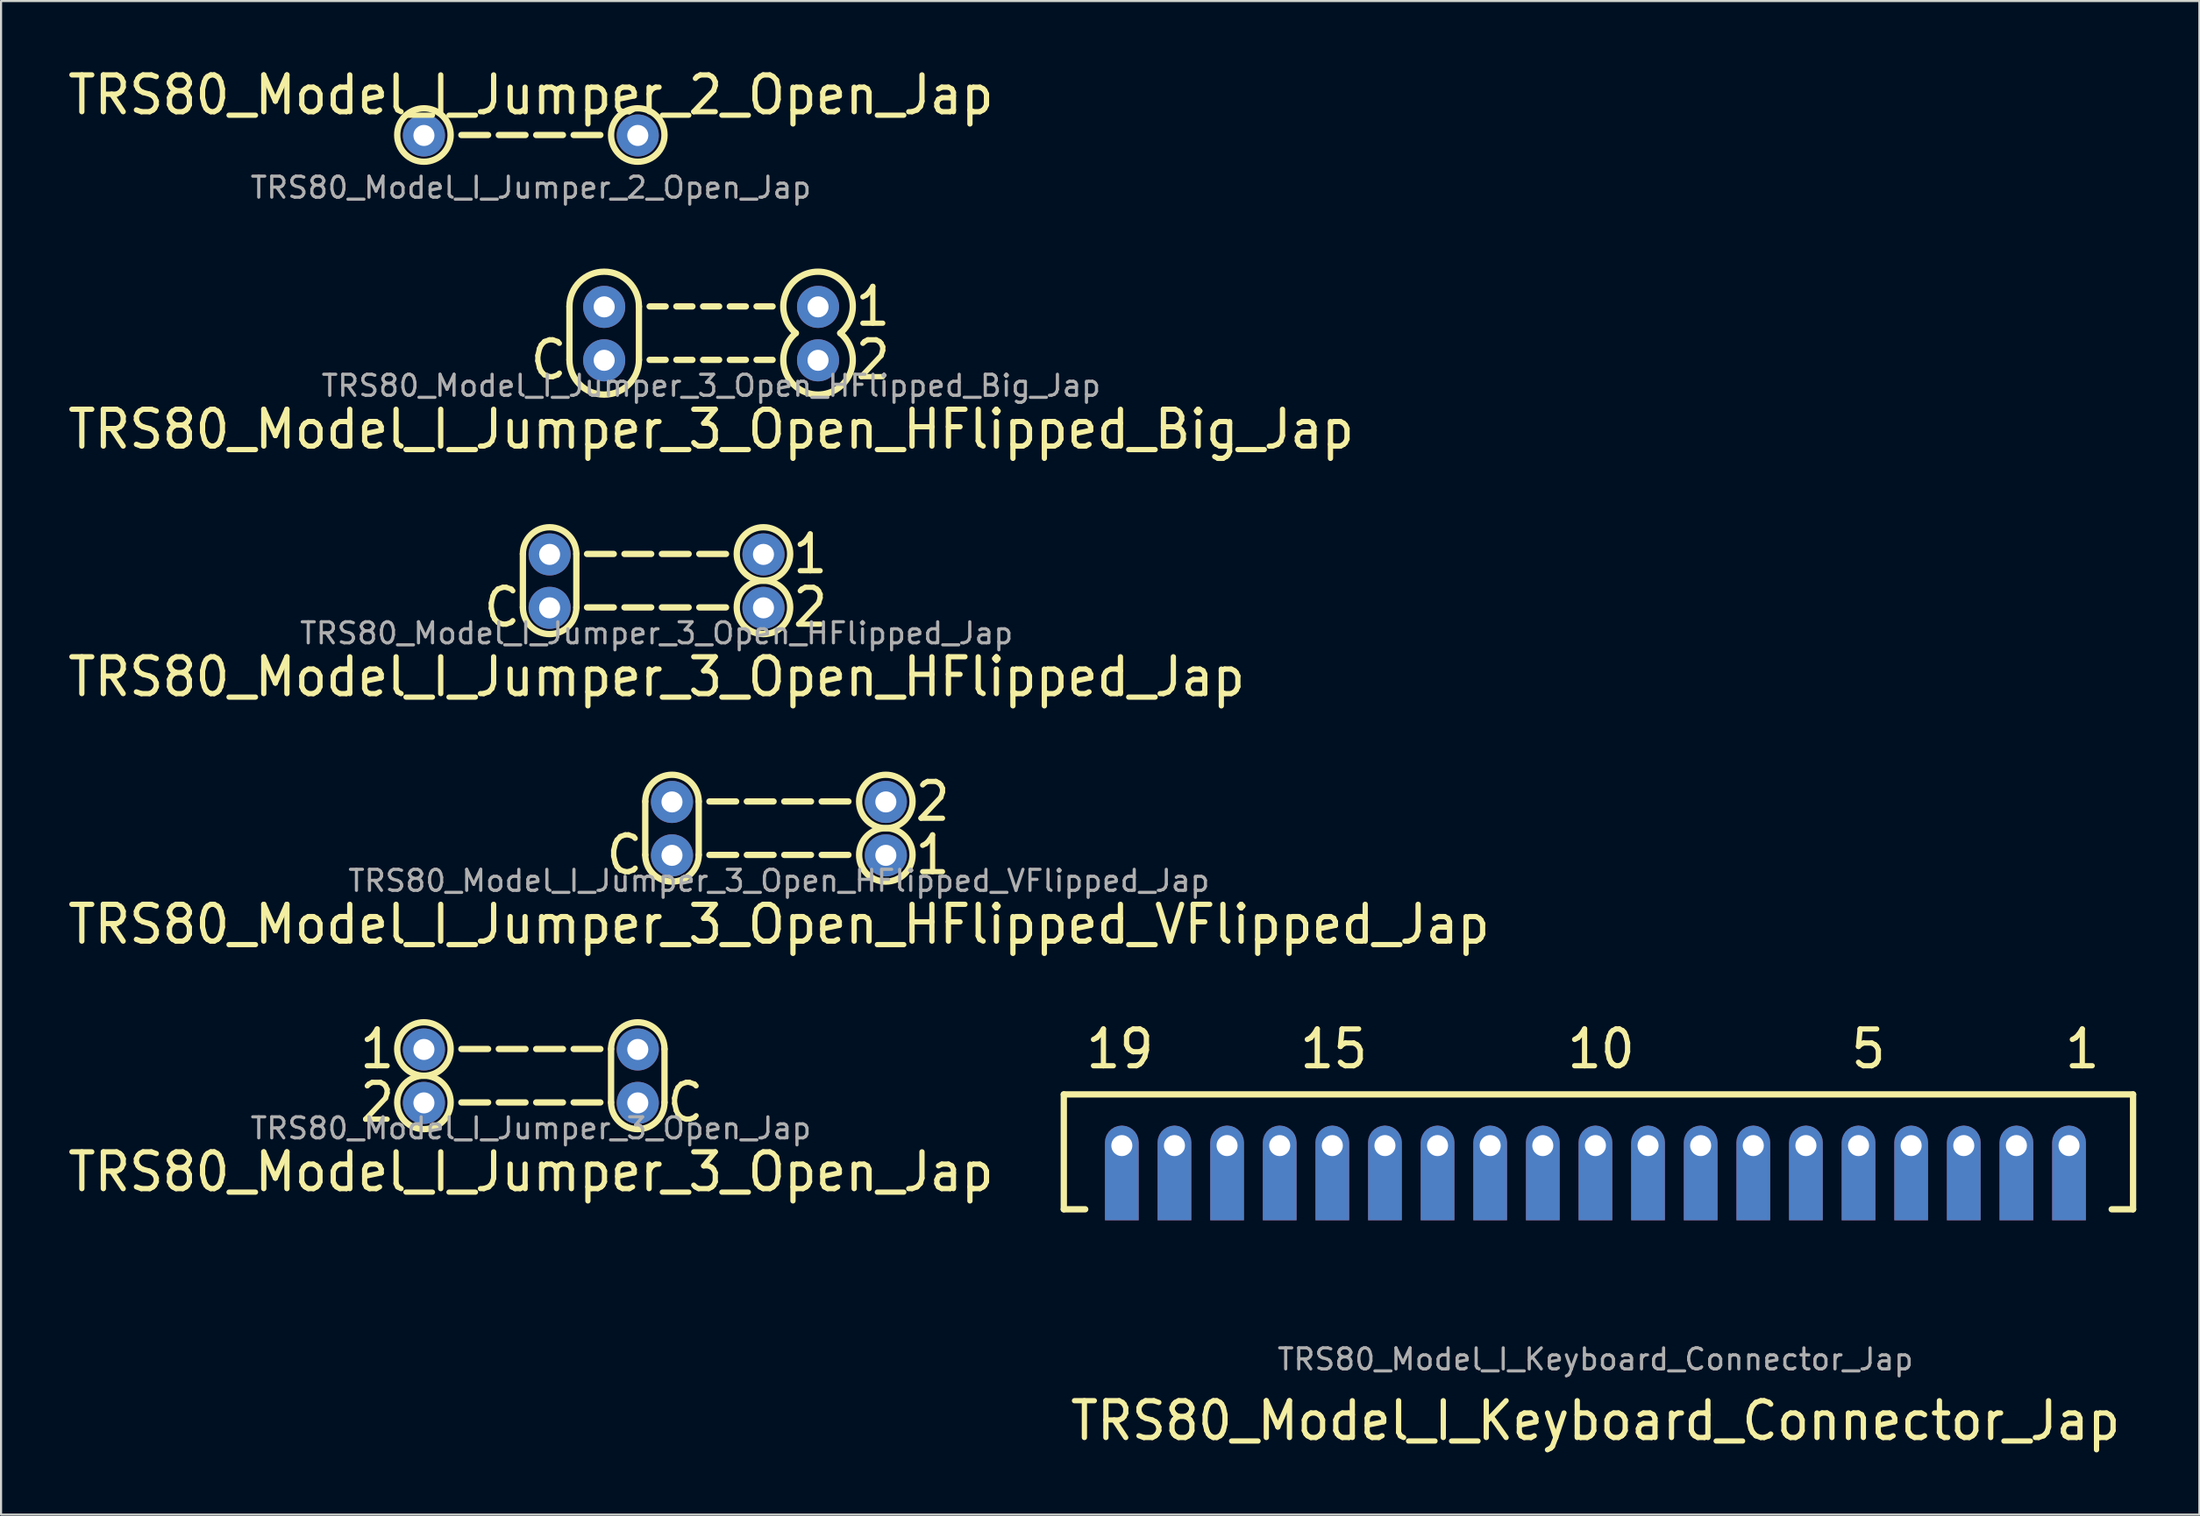
<source format=kicad_pcb>
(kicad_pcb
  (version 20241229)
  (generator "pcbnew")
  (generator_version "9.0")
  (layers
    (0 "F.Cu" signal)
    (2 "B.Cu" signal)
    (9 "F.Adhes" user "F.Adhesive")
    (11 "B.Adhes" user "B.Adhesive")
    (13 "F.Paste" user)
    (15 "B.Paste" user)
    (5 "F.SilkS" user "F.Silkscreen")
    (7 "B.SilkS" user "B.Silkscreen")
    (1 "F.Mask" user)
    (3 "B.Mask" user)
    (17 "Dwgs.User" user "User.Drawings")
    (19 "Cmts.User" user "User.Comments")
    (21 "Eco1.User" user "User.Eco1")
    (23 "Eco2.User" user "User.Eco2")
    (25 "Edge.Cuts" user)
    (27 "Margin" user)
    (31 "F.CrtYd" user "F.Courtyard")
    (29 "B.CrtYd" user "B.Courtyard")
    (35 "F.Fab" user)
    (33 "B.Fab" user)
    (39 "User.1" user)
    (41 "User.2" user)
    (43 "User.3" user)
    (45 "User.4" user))
  (footprint "TRS80_Model_I_Jumper_3_Open_HFlipped_Big_Jap"
    (layer "F.Cu")
    (at 30.735 12.787)
    (property "Reference" "TRS80_Model_I_Jumper_3_Open_HFlipped_Big_Jap" (at 0 4.572 0) (unlocked yes) (layer "F.SilkS") (effects (font (size 1.75 1.65) (thickness 0.25) (bold yes))))
    (attr through_hole)
    (fp_line (start -6.731 -1.27) (end -6.731 1.27) (stroke (width 0.3) (type solid)) (layer "F.SilkS"))
    (fp_line (start -3.429 -1.27) (end -3.429 1.27) (stroke (width 0.3) (type solid)) (layer "F.SilkS"))
    (fp_line (start -2.921 -1.27) (end -2.159 -1.27) (stroke (width 0.3) (type solid)) (layer "F.SilkS"))
    (fp_line (start -2.921 1.27) (end -2.159 1.27) (stroke (width 0.3) (type solid)) (layer "F.SilkS"))
    (fp_line (start -1.651 -1.27) (end -0.889 -1.27) (stroke (width 0.3) (type solid)) (layer "F.SilkS"))
    (fp_line (start -1.651 1.27) (end -0.889 1.27) (stroke (width 0.3) (type solid)) (layer "F.SilkS"))
    (fp_line (start -0.381 -1.27) (end 0.381 -1.27) (stroke (width 0.3) (type solid)) (layer "F.SilkS"))
    (fp_line (start -0.381 1.27) (end 0.381 1.27) (stroke (width 0.3) (type solid)) (layer "F.SilkS"))
    (fp_line (start 0.889 -1.27) (end 1.651 -1.27) (stroke (width 0.3) (type solid)) (layer "F.SilkS"))
    (fp_line (start 0.889 1.27) (end 1.651 1.27) (stroke (width 0.3) (type solid)) (layer "F.SilkS"))
    (fp_line (start 2.159 -1.27) (end 2.921 -1.27) (stroke (width 0.3) (type solid)) (layer "F.SilkS"))
    (fp_line (start 2.159 1.27) (end 2.921 1.27) (stroke (width 0.3) (type solid)) (layer "F.SilkS"))
    (fp_arc (start -6.731 -1.27) (mid -5.08 -2.921) (end -3.429 -1.27) (stroke (width 0.3) (type solid)) (layer "F.SilkS"))
    (fp_arc (start -3.429 1.27) (mid -5.08 2.921) (end -6.731 1.27) (stroke (width 0.3) (type solid)) (layer "F.SilkS"))
    (fp_arc (start 4.025059 0) (mid 5.08 -2.921) (end 6.134941 0) (stroke (width 0.3) (type solid)) (layer "F.SilkS"))
    (fp_arc (start 6.134941 0) (mid 5.08 2.921) (end 4.025059 0) (stroke (width 0.3) (type solid)) (layer "F.SilkS"))
    (fp_text user "C" (at -6.731 1.27 0) (unlocked yes) (layer "F.SilkS") (effects (font (size 1.75 1.65) (thickness 0.25) (bold yes)) (justify right)))
    (fp_text user "2" (at 6.731 1.27 0) (unlocked yes) (layer "F.SilkS") (effects (font (size 1.75 1.65) (thickness 0.25) (bold yes)) (justify left)))
    (fp_text user "1" (at 6.731 -1.27 0) (unlocked yes) (layer "F.SilkS") (effects (font (size 1.75 1.65) (thickness 0.25) (bold yes)) (justify left)))
    (fp_text user "${REFERENCE}" (at 0 2.5 0) (unlocked yes) (layer "F.Fab") (effects (font (size 1 1) (thickness 0.15))))
    (pad "1" thru_hole circle (at 5.08 -1.248) (size 2 2) (drill 1) (layers "*.Cu" "*.Mask"))
    (pad "2" thru_hole circle (at -5.08 -1.248) (size 2 2) (drill 1) (layers "*.Cu" "*.Mask"))
    (pad "2" thru_hole circle (at -5.08 1.292) (size 2 2) (drill 1) (layers "*.Cu" "*.Mask"))
    (pad "3" thru_hole circle (at 5.08 1.292) (size 2 2) (drill 1) (layers "*.Cu" "*.Mask")))
  (footprint "TRS80_Model_I_Keyboard_Connector_Jap"
    (layer "F.Cu")
    (at 72.748 51.41)
    (property "Reference" "TRS80_Model_I_Keyboard_Connector_Jap" (at 0 13.081 0) (unlocked yes) (layer "F.SilkS") (effects (font (size 1.75 1.65) (thickness 0.25))))
    (attr through_hole)
    (fp_line (start -25.257 3.028) (end -25.257 -2.433) (stroke (width 0.3) (type solid)) (layer "F.SilkS"))
    (fp_line (start -24.241 3.028) (end -25.257 3.028) (stroke (width 0.3) (type solid)) (layer "F.SilkS"))
    (fp_line (start 24.527 3.028) (end 25.543 3.028) (stroke (width 0.3) (type solid)) (layer "F.SilkS"))
    (fp_line (start 25.543 -2.433) (end -25.257 -2.433) (stroke (width 0.3) (type solid)) (layer "F.SilkS"))
    (fp_line (start 25.543 3.028) (end 25.543 -2.433) (stroke (width 0.3) (type solid)) (layer "F.SilkS"))
    (fp_text user "15" (at -12.43 -4.592 0) (unlocked yes) (layer "F.SilkS") (effects (font (size 1.75 1.65) (thickness 0.25))))
    (fp_text user "1" (at 23.13 -4.592 0) (unlocked yes) (layer "F.SilkS") (effects (font (size 1.75 1.65) (thickness 0.25))))
    (fp_text user "10" (at 0.27 -4.592 0) (unlocked yes) (layer "F.SilkS") (effects (font (size 1.75 1.65) (thickness 0.25))))
    (fp_text user "5" (at 12.97 -4.592 0) (unlocked yes) (layer "F.SilkS") (effects (font (size 1.75 1.65) (thickness 0.25))))
    (fp_text user "19" (at -22.59 -4.592 0) (unlocked yes) (layer "F.SilkS") (effects (font (size 1.75 1.65) (thickness 0.25))))
    (fp_text user "${REFERENCE}" (at 0 10.16 0) (unlocked yes) (layer "F.Fab") (effects (font (size 1 1) (thickness 0.15))))
    (pad "1" thru_hole roundrect (at 22.5 0) (size 1.6 4.5) (drill 1 (offset 0 1.3)) (layers "*.Cu" "*.Mask") (roundrect_rratio 0.5) (chamfer_ratio 0) (chamfer bottom_left bottom_right))
    (pad "2" thru_hole roundrect (at 20 0) (size 1.6 4.5) (drill 1 (offset 0 1.3)) (layers "*.Cu" "*.Mask") (roundrect_rratio 0.5) (chamfer_ratio 0) (chamfer bottom_left bottom_right))
    (pad "3" thru_hole roundrect (at 17.5 0) (size 1.6 4.5) (drill 1 (offset 0 1.3)) (layers "*.Cu" "*.Mask") (roundrect_rratio 0.5) (chamfer_ratio 0) (chamfer bottom_left bottom_right))
    (pad "4" thru_hole roundrect (at 15 0) (size 1.6 4.5) (drill 1 (offset 0 1.3)) (layers "*.Cu" "*.Mask") (roundrect_rratio 0.5) (chamfer_ratio 0) (chamfer bottom_left bottom_right))
    (pad "5" thru_hole roundrect (at 12.5 0) (size 1.6 4.5) (drill 1 (offset 0 1.3)) (layers "*.Cu" "*.Mask") (roundrect_rratio 0.5) (chamfer_ratio 0) (chamfer bottom_left bottom_right))
    (pad "6" thru_hole roundrect (at 10 0) (size 1.6 4.5) (drill 1 (offset 0 1.3)) (layers "*.Cu" "*.Mask") (roundrect_rratio 0.5) (chamfer_ratio 0) (chamfer bottom_left bottom_right))
    (pad "7" thru_hole roundrect (at 7.5 0) (size 1.6 4.5) (drill 1 (offset 0 1.3)) (layers "*.Cu" "*.Mask") (roundrect_rratio 0.5) (chamfer_ratio 0) (chamfer bottom_left bottom_right))
    (pad "8" thru_hole roundrect (at 5 0) (size 1.6 4.5) (drill 1 (offset 0 1.3)) (layers "*.Cu" "*.Mask") (roundrect_rratio 0.5) (chamfer_ratio 0) (chamfer bottom_left bottom_right))
    (pad "9" thru_hole roundrect (at 2.5 0) (size 1.6 4.5) (drill 1 (offset 0 1.3)) (layers "*.Cu" "*.Mask") (roundrect_rratio 0.5) (chamfer_ratio 0) (chamfer bottom_left bottom_right))
    (pad "10" thru_hole roundrect (at 0 0) (size 1.6 4.5) (drill 1 (offset 0 1.3)) (layers "*.Cu" "*.Mask") (roundrect_rratio 0.5) (chamfer_ratio 0) (chamfer bottom_left bottom_right))
    (pad "11" thru_hole roundrect (at -2.5 0) (size 1.6 4.5) (drill 1 (offset 0 1.3)) (layers "*.Cu" "*.Mask") (roundrect_rratio 0.5) (chamfer_ratio 0) (chamfer bottom_left bottom_right))
    (pad "12" thru_hole roundrect (at -5 0) (size 1.6 4.5) (drill 1 (offset 0 1.3)) (layers "*.Cu" "*.Mask") (roundrect_rratio 0.5) (chamfer_ratio 0) (chamfer bottom_left bottom_right))
    (pad "13" thru_hole roundrect (at -7.5 0) (size 1.6 4.5) (drill 1 (offset 0 1.3)) (layers "*.Cu" "*.Mask") (roundrect_rratio 0.5) (chamfer_ratio 0) (chamfer bottom_left bottom_right))
    (pad "14" thru_hole roundrect (at -10 0) (size 1.6 4.5) (drill 1 (offset 0 1.3)) (layers "*.Cu" "*.Mask") (roundrect_rratio 0.5) (chamfer_ratio 0) (chamfer bottom_left bottom_right))
    (pad "15" thru_hole roundrect (at -12.5 0) (size 1.6 4.5) (drill 1 (offset 0 1.3)) (layers "*.Cu" "*.Mask") (roundrect_rratio 0.5) (chamfer_ratio 0) (chamfer bottom_left bottom_right))
    (pad "16" thru_hole roundrect (at -15 0) (size 1.6 4.5) (drill 1 (offset 0 1.3)) (layers "*.Cu" "*.Mask") (roundrect_rratio 0.5) (chamfer_ratio 0) (chamfer bottom_left bottom_right))
    (pad "17" thru_hole roundrect (at -17.5 0) (size 1.6 4.5) (drill 1 (offset 0 1.3)) (layers "*.Cu" "*.Mask") (roundrect_rratio 0.5) (chamfer_ratio 0) (chamfer bottom_left bottom_right))
    (pad "18" thru_hole roundrect (at -20 0) (size 1.6 4.5) (drill 1 (offset 0 1.3)) (layers "*.Cu" "*.Mask") (roundrect_rratio 0.5) (chamfer_ratio 0) (chamfer bottom_left bottom_right))
    (pad "19" thru_hole roundrect (at -22.5 0) (size 1.6 4.5) (drill 1 (offset 0 1.3)) (layers "*.Cu" "*.Mask") (roundrect_rratio 0.5) (chamfer_ratio 0) (chamfer bottom_left bottom_right)))
  (footprint "TRS80_Model_I_Jumper_3_Open_HFlipped_VFlipped_Jap"
    (layer "F.Cu")
    (at 33.956 36.321)
    (property "Reference" "TRS80_Model_I_Jumper_3_Open_HFlipped_VFlipped_Jap" (at 0 4.572 0) (unlocked yes) (layer "F.SilkS") (effects (font (size 1.75 1.65) (thickness 0.25) (bold yes))))
    (attr through_hole)
    (fp_line (start -6.35 -1.27) (end -6.35 1.27) (stroke (width 0.3) (type solid)) (layer "F.SilkS"))
    (fp_line (start -3.81 -1.27) (end -3.81 1.27) (stroke (width 0.3) (type solid)) (layer "F.SilkS"))
    (fp_line (start -3.302 -1.27) (end -2.032 -1.27) (stroke (width 0.3) (type solid)) (layer "F.SilkS"))
    (fp_line (start -3.302 1.27) (end -2.032 1.27) (stroke (width 0.3) (type solid)) (layer "F.SilkS"))
    (fp_line (start -1.524 -1.27) (end -0.254 -1.27) (stroke (width 0.3) (type solid)) (layer "F.SilkS"))
    (fp_line (start -1.524 1.27) (end -0.254 1.27) (stroke (width 0.3) (type solid)) (layer "F.SilkS"))
    (fp_line (start 0.254 -1.27) (end 1.524 -1.27) (stroke (width 0.3) (type solid)) (layer "F.SilkS"))
    (fp_line (start 0.254 1.27) (end 1.524 1.27) (stroke (width 0.3) (type solid)) (layer "F.SilkS"))
    (fp_line (start 2.032 -1.27) (end 3.302 -1.27) (stroke (width 0.3) (type solid)) (layer "F.SilkS"))
    (fp_line (start 2.032 1.27) (end 3.302 1.27) (stroke (width 0.3) (type solid)) (layer "F.SilkS"))
    (fp_arc (start -6.35 -1.27) (mid -5.08 -2.54) (end -3.81 -1.27) (stroke (width 0.3) (type solid)) (layer "F.SilkS"))
    (fp_arc (start -3.81 1.27) (mid -5.08 2.54) (end -6.35 1.27) (stroke (width 0.3) (type solid)) (layer "F.SilkS"))
    (fp_circle (center 5.08 -1.27) (end 6.35 -1.27) (stroke (width 0.3) (type solid)) (fill no) (layer "F.SilkS"))
    (fp_circle (center 5.08 1.27) (end 6.35 1.27) (stroke (width 0.3) (type solid)) (fill no) (layer "F.SilkS"))
    (fp_text user "2" (at 6.35 -1.27 0) (unlocked yes) (layer "F.SilkS") (effects (font (size 1.75 1.65) (thickness 0.25) (bold yes)) (justify left)))
    (fp_text user "C" (at -6.35 1.27 0) (unlocked yes) (layer "F.SilkS") (effects (font (size 1.75 1.65) (thickness 0.25) (bold yes)) (justify right)))
    (fp_text user "1" (at 6.35 1.27 0) (unlocked yes) (layer "F.SilkS") (effects (font (size 1.75 1.65) (thickness 0.25) (bold yes)) (justify left)))
    (fp_text user "${REFERENCE}" (at 0 2.5 0) (unlocked yes) (layer "F.Fab") (effects (font (size 1 1) (thickness 0.15))))
    (pad "1" thru_hole circle (at 5.08 1.292) (size 2 2) (drill 1) (layers "*.Cu" "*.Mask"))
    (pad "2" thru_hole circle (at -5.08 -1.248) (size 2 2) (drill 1) (layers "*.Cu" "*.Mask"))
    (pad "2" thru_hole circle (at -5.08 1.292) (size 2 2) (drill 1) (layers "*.Cu" "*.Mask"))
    (pad "3" thru_hole circle (at 5.08 -1.248) (size 2 2) (drill 1) (layers "*.Cu" "*.Mask")))
  (footprint "TRS80_Model_I_Jumper_3_Open_Jap"
    (layer "F.Cu")
    (at 22.171 48.088)
    (property "Reference" "TRS80_Model_I_Jumper_3_Open_Jap" (at 0 4.572 0) (unlocked yes) (layer "F.SilkS") (effects (font (size 1.75 1.65) (thickness 0.25) (bold yes))))
    (attr through_hole)
    (fp_line (start -3.302 -1.27) (end -2.032 -1.27) (stroke (width 0.3) (type solid)) (layer "F.SilkS"))
    (fp_line (start -3.302 1.27) (end -2.032 1.27) (stroke (width 0.3) (type solid)) (layer "F.SilkS"))
    (fp_line (start -1.524 -1.27) (end -0.254 -1.27) (stroke (width 0.3) (type solid)) (layer "F.SilkS"))
    (fp_line (start -1.524 1.27) (end -0.254 1.27) (stroke (width 0.3) (type solid)) (layer "F.SilkS"))
    (fp_line (start 0.254 -1.27) (end 1.524 -1.27) (stroke (width 0.3) (type solid)) (layer "F.SilkS"))
    (fp_line (start 0.254 1.27) (end 1.524 1.27) (stroke (width 0.3) (type solid)) (layer "F.SilkS"))
    (fp_line (start 2.032 -1.27) (end 3.302 -1.27) (stroke (width 0.3) (type solid)) (layer "F.SilkS"))
    (fp_line (start 2.032 1.27) (end 3.302 1.27) (stroke (width 0.3) (type solid)) (layer "F.SilkS"))
    (fp_line (start 3.81 -1.27) (end 3.81 1.27) (stroke (width 0.3) (type solid)) (layer "F.SilkS"))
    (fp_line (start 6.35 -1.27) (end 6.35 1.27) (stroke (width 0.3) (type solid)) (layer "F.SilkS"))
    (fp_arc (start 3.81 -1.27) (mid 5.08 -2.54) (end 6.35 -1.27) (stroke (width 0.3) (type solid)) (layer "F.SilkS"))
    (fp_arc (start 6.35 1.27) (mid 5.08 2.54) (end 3.81 1.27) (stroke (width 0.3) (type solid)) (layer "F.SilkS"))
    (fp_circle (center -5.08 -1.27) (end -3.81 -1.27) (stroke (width 0.3) (type solid)) (fill no) (layer "F.SilkS"))
    (fp_circle (center -5.08 1.27) (end -3.81 1.27) (stroke (width 0.3) (type solid)) (fill no) (layer "F.SilkS"))
    (fp_text user "C" (at 6.35 1.27 0) (unlocked yes) (layer "F.SilkS") (effects (font (size 1.75 1.65) (thickness 0.25) (bold yes)) (justify left)))
    (fp_text user "1" (at -6.35 -1.27 0) (unlocked yes) (layer "F.SilkS") (effects (font (size 1.75 1.65) (thickness 0.25) (bold yes)) (justify right)))
    (fp_text user "2" (at -6.35 1.27 0) (unlocked yes) (layer "F.SilkS") (effects (font (size 1.75 1.65) (thickness 0.25) (bold yes)) (justify right)))
    (fp_text user "${REFERENCE}" (at 0 2.5 0) (unlocked yes) (layer "F.Fab") (effects (font (size 1 1) (thickness 0.15))))
    (pad "1" thru_hole circle (at -5.08 -1.248) (size 2 2) (drill 1) (layers "*.Cu" "*.Mask"))
    (pad "2" thru_hole circle (at 5.08 -1.248) (size 2 2) (drill 1) (layers "*.Cu" "*.Mask"))
    (pad "2" thru_hole circle (at 5.08 1.292) (size 2 2) (drill 1) (layers "*.Cu" "*.Mask"))
    (pad "3" thru_hole circle (at -5.08 1.292) (size 2 2) (drill 1) (layers "*.Cu" "*.Mask")))
  (footprint "TRS80_Model_I_Jumper_2_Open_Jap"
    (layer "F.Cu")
    (at 22.171 3.368)
    (property "Reference" "TRS80_Model_I_Jumper_2_Open_Jap" (at 0 -1.905 0) (unlocked yes) (layer "F.SilkS") (effects (font (size 1.75 1.65) (thickness 0.25) (bold yes))))
    (attr through_hole)
    (fp_line (start -3.302 0) (end -2.032 0) (stroke (width 0.3) (type solid)) (layer "F.SilkS"))
    (fp_line (start -1.524 0) (end -0.254 0) (stroke (width 0.3) (type solid)) (layer "F.SilkS"))
    (fp_line (start 0.254 0) (end 1.524 0) (stroke (width 0.3) (type solid)) (layer "F.SilkS"))
    (fp_line (start 2.032 0) (end 3.302 0) (stroke (width 0.3) (type solid)) (layer "F.SilkS"))
    (fp_circle (center -5.08 0) (end -3.81 0) (stroke (width 0.3) (type solid)) (fill no) (layer "F.SilkS"))
    (fp_circle (center 5.08 0) (end 6.35 0) (stroke (width 0.3) (type solid)) (fill no) (layer "F.SilkS"))
    (fp_text user "${REFERENCE}" (at 0 2.5 0) (unlocked yes) (layer "F.Fab") (effects (font (size 1 1) (thickness 0.15))))
    (pad "1" thru_hole circle (at -5.08 0.022) (size 2 2) (drill 1) (layers "*.Cu" "*.Mask"))
    (pad "2" thru_hole circle (at 5.08 0.022) (size 2 2) (drill 1) (layers "*.Cu" "*.Mask")))
  (footprint "TRS80_Model_I_Jumper_3_Open_HFlipped_Jap"
    (layer "F.Cu")
    (at 28.142 24.554)
    (property "Reference" "TRS80_Model_I_Jumper_3_Open_HFlipped_Jap" (at 0 4.572 0) (unlocked yes) (layer "F.SilkS") (effects (font (size 1.75 1.65) (thickness 0.25) (bold yes))))
    (attr through_hole)
    (fp_line (start -6.35 -1.27) (end -6.35 1.27) (stroke (width 0.3) (type solid)) (layer "F.SilkS"))
    (fp_line (start -3.81 -1.27) (end -3.81 1.27) (stroke (width 0.3) (type solid)) (layer "F.SilkS"))
    (fp_line (start -3.302 -1.27) (end -2.032 -1.27) (stroke (width 0.3) (type solid)) (layer "F.SilkS"))
    (fp_line (start -3.302 1.27) (end -2.032 1.27) (stroke (width 0.3) (type solid)) (layer "F.SilkS"))
    (fp_line (start -1.524 -1.27) (end -0.254 -1.27) (stroke (width 0.3) (type solid)) (layer "F.SilkS"))
    (fp_line (start -1.524 1.27) (end -0.254 1.27) (stroke (width 0.3) (type solid)) (layer "F.SilkS"))
    (fp_line (start 0.254 -1.27) (end 1.524 -1.27) (stroke (width 0.3) (type solid)) (layer "F.SilkS"))
    (fp_line (start 0.254 1.27) (end 1.524 1.27) (stroke (width 0.3) (type solid)) (layer "F.SilkS"))
    (fp_line (start 2.032 -1.27) (end 3.302 -1.27) (stroke (width 0.3) (type solid)) (layer "F.SilkS"))
    (fp_line (start 2.032 1.27) (end 3.302 1.27) (stroke (width 0.3) (type solid)) (layer "F.SilkS"))
    (fp_arc (start -6.35 -1.27) (mid -5.08 -2.54) (end -3.81 -1.27) (stroke (width 0.3) (type solid)) (layer "F.SilkS"))
    (fp_arc (start -3.81 1.27) (mid -5.08 2.54) (end -6.35 1.27) (stroke (width 0.3) (type solid)) (layer "F.SilkS"))
    (fp_circle (center 5.08 -1.27) (end 6.35 -1.27) (stroke (width 0.3) (type solid)) (fill no) (layer "F.SilkS"))
    (fp_circle (center 5.08 1.27) (end 6.35 1.27) (stroke (width 0.3) (type solid)) (fill no) (layer "F.SilkS"))
    (fp_text user "2" (at 6.35 1.27 0) (unlocked yes) (layer "F.SilkS") (effects (font (size 1.75 1.65) (thickness 0.25) (bold yes)) (justify left)))
    (fp_text user "C" (at -6.35 1.27 0) (unlocked yes) (layer "F.SilkS") (effects (font (size 1.75 1.65) (thickness 0.25) (bold yes)) (justify right)))
    (fp_text user "1" (at 6.35 -1.27 0) (unlocked yes) (layer "F.SilkS") (effects (font (size 1.75 1.65) (thickness 0.25) (bold yes)) (justify left)))
    (fp_text user "${REFERENCE}" (at 0 2.5 0) (unlocked yes) (layer "F.Fab") (effects (font (size 1 1) (thickness 0.15))))
    (pad "1" thru_hole circle (at 5.08 -1.248) (size 2 2) (drill 1) (layers "*.Cu" "*.Mask"))
    (pad "2" thru_hole circle (at -5.08 -1.248) (size 2 2) (drill 1) (layers "*.Cu" "*.Mask"))
    (pad "2" thru_hole circle (at -5.08 1.292) (size 2 2) (drill 1) (layers "*.Cu" "*.Mask"))
    (pad "3" thru_hole circle (at 5.08 1.292) (size 2 2) (drill 1) (layers "*.Cu" "*.Mask")))
  (gr_rect
    (start -3 -3)
    (end 101.441 68.953)
    (stroke (width 0.1) (type default))
    (fill no)
    (layer "Edge.Cuts")))
</source>
